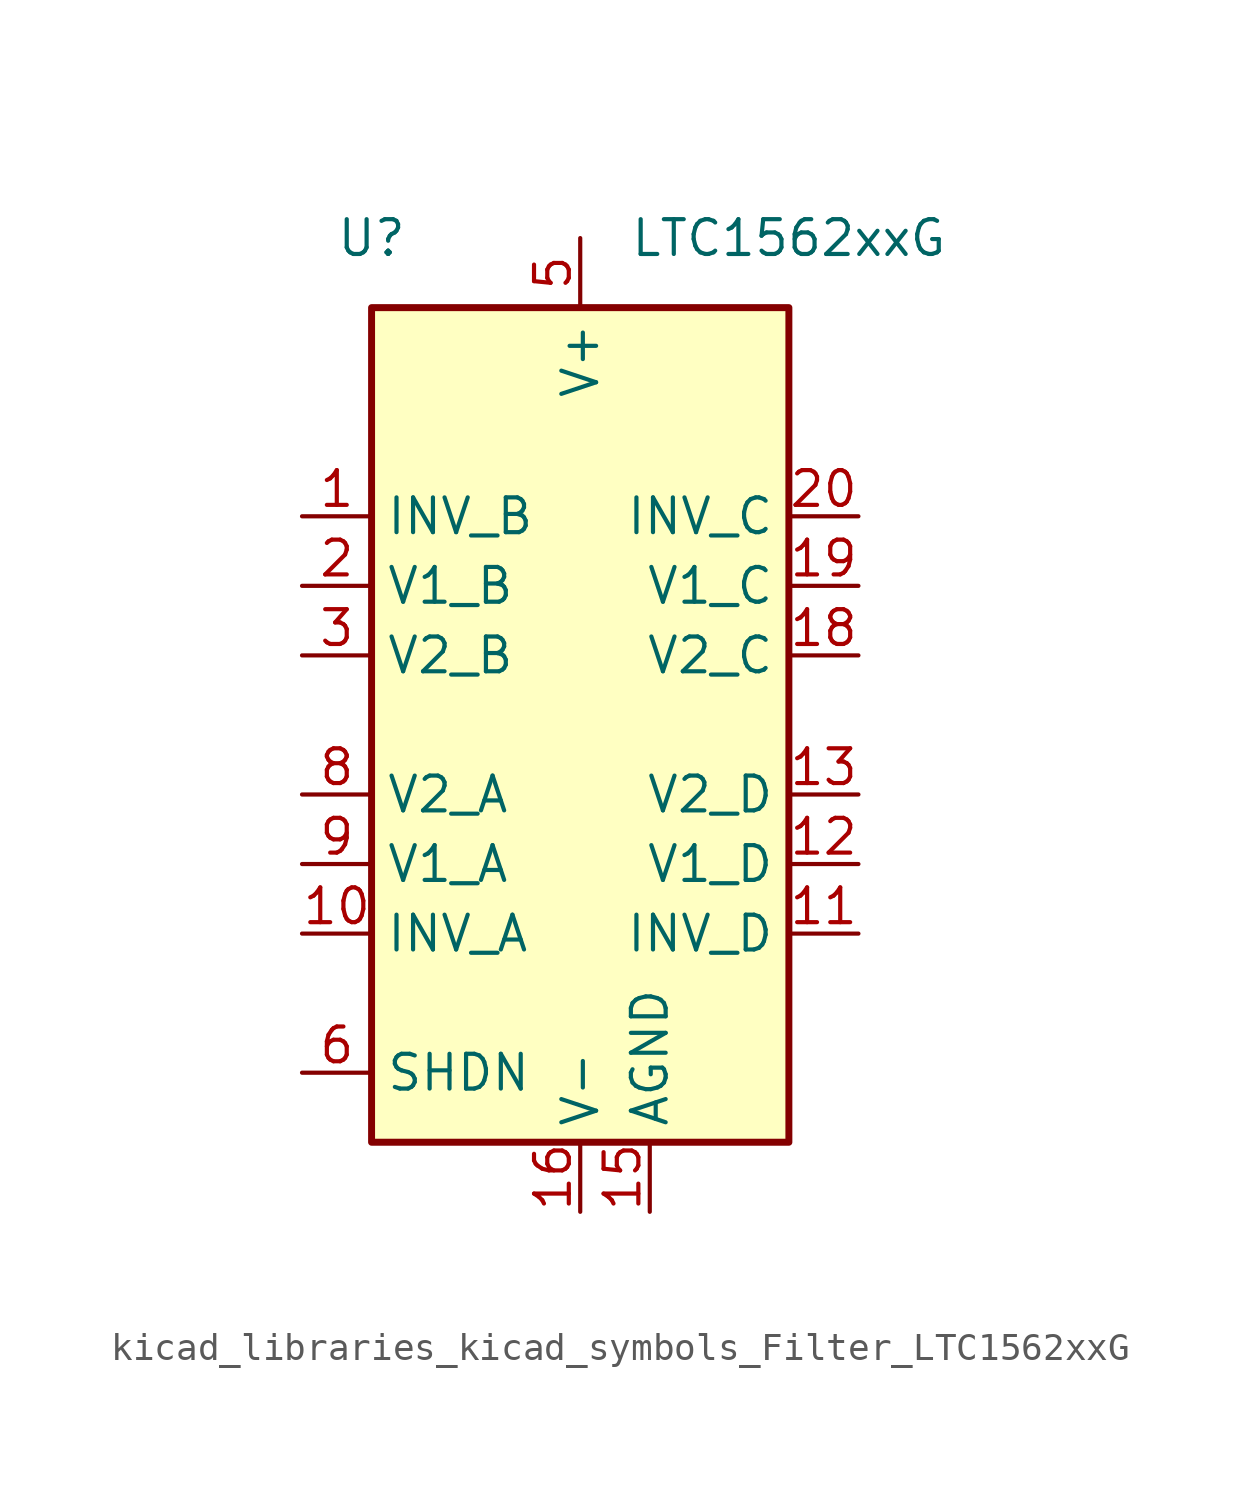
<source format=kicad_sym>
(kicad_symbol_lib
  (version 20220914)
  (generator kicad_symbol_editor)
  (symbol "kicad_libraries_kicad_symbols_Filter_LTC1562xxG"
    (property "Reference" "U"
      (at -7.62 17.78 0)
      (effects (font (size 1.27 1.27))))
    (property "Value" "LTC1562xxG"
      (at 7.62 17.78 0)
      (effects (font (size 1.27 1.27))))
    (symbol "kicad_libraries_kicad_symbols_Filter_LTC1562xxG_0_1"
      (rectangle (start -7.62 15.24) (end 7.62 -15.24) (stroke (width 0.254) (type default)) (fill (type background))))
    (symbol "kicad_libraries_kicad_symbols_Filter_LTC1562xxG_1_1"
      (pin input line (at -10.16 7.62 0) (length 2.54) (name "INV_B" (effects (font (size 1.27 1.27)))) (number "1" (effects (font (size 1.27 1.27)))))
      (pin input line (at -10.16 -7.62 0) (length 2.54) (name "INV_A" (effects (font (size 1.27 1.27)))) (number "10" (effects (font (size 1.27 1.27)))))
      (pin input line (at 10.16 -7.62 180) (length 2.54) (name "INV_D" (effects (font (size 1.27 1.27)))) (number "11" (effects (font (size 1.27 1.27)))))
      (pin output line (at 10.16 -5.08 180) (length 2.54) (name "V1_D" (effects (font (size 1.27 1.27)))) (number "12" (effects (font (size 1.27 1.27)))))
      (pin output line (at 10.16 -2.54 180) (length 2.54) (name "V2_D" (effects (font (size 1.27 1.27)))) (number "13" (effects (font (size 1.27 1.27)))))
      (pin passive line (at 0 -17.78 90) (length 2.54) hide (name "V-" (effects (font (size 1.27 1.27)))) (number "14" (effects (font (size 1.27 1.27)))))
      (pin power_in line (at 2.54 -17.78 90) (length 2.54) (name "AGND" (effects (font (size 1.27 1.27)))) (number "15" (effects (font (size 1.27 1.27)))))
      (pin power_in line (at 0 -17.78 90) (length 2.54) (name "V-" (effects (font (size 1.27 1.27)))) (number "16" (effects (font (size 1.27 1.27)))))
      (pin passive line (at 0 -17.78 90) (length 2.54) hide (name "V-" (effects (font (size 1.27 1.27)))) (number "17" (effects (font (size 1.27 1.27)))))
      (pin output line (at 10.16 2.54 180) (length 2.54) (name "V2_C" (effects (font (size 1.27 1.27)))) (number "18" (effects (font (size 1.27 1.27)))))
      (pin output line (at 10.16 5.08 180) (length 2.54) (name "V1_C" (effects (font (size 1.27 1.27)))) (number "19" (effects (font (size 1.27 1.27)))))
      (pin output line (at -10.16 5.08 0) (length 2.54) (name "V1_B" (effects (font (size 1.27 1.27)))) (number "2" (effects (font (size 1.27 1.27)))))
      (pin input line (at 10.16 7.62 180) (length 2.54) (name "INV_C" (effects (font (size 1.27 1.27)))) (number "20" (effects (font (size 1.27 1.27)))))
      (pin output line (at -10.16 2.54 0) (length 2.54) (name "V2_B" (effects (font (size 1.27 1.27)))) (number "3" (effects (font (size 1.27 1.27)))))
      (pin passive line (at 0 -17.78 90) (length 2.54) hide (name "V-" (effects (font (size 1.27 1.27)))) (number "4" (effects (font (size 1.27 1.27)))))
      (pin power_in line (at 0 17.78 270) (length 2.54) (name "V+" (effects (font (size 1.27 1.27)))) (number "5" (effects (font (size 1.27 1.27)))))
      (pin input line (at -10.16 -12.7 0) (length 2.54) (name "SHDN" (effects (font (size 1.27 1.27)))) (number "6" (effects (font (size 1.27 1.27)))))
      (pin passive line (at 0 -17.78 90) (length 2.54) hide (name "V-" (effects (font (size 1.27 1.27)))) (number "7" (effects (font (size 1.27 1.27)))))
      (pin output line (at -10.16 -2.54 0) (length 2.54) (name "V2_A" (effects (font (size 1.27 1.27)))) (number "8" (effects (font (size 1.27 1.27)))))
      (pin output line (at -10.16 -5.08 0) (length 2.54) (name "V1_A" (effects (font (size 1.27 1.27)))) (number "9" (effects (font (size 1.27 1.27))))))))
</source>
